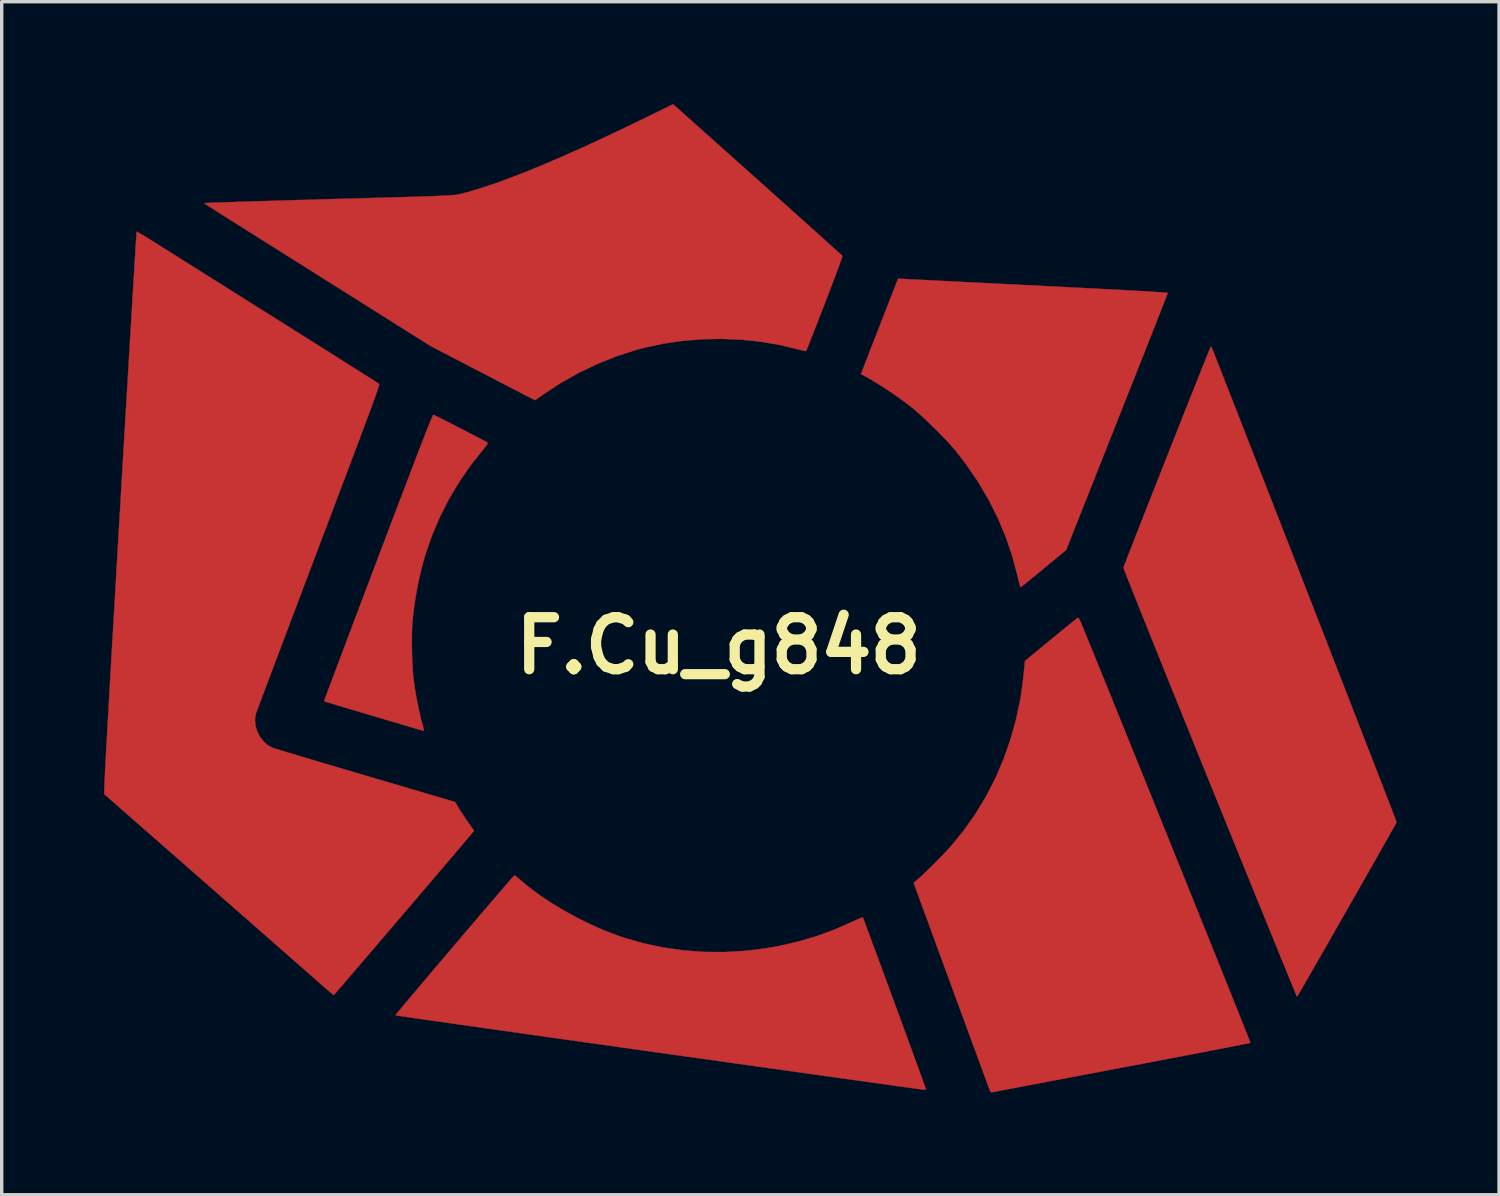
<source format=kicad_pcb>
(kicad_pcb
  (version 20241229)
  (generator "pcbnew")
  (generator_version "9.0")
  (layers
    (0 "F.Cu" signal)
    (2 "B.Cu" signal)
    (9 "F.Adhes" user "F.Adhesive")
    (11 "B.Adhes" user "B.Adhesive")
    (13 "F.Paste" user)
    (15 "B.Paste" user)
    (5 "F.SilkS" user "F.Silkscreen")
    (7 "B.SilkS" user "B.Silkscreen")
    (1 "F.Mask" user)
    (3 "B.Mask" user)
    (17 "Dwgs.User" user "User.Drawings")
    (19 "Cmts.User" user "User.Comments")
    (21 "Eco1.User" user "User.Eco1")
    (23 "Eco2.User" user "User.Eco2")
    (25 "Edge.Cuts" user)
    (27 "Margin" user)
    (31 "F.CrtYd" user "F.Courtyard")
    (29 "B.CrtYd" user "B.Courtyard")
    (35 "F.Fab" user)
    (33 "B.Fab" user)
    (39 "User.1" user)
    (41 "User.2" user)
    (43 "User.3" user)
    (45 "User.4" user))
  (footprint "F.Cu_g848"
    (layer "F.Cu")
    (at 18.014 15.876)
    (property "Reference" "F.Cu_g848" (at 0 0 0) (layer "F.SilkS") (effects (font (size 1.524 1.524) (thickness 0.3))))
    (attr through_hole)
    (fp_poly (pts (xy 5.472 -10.747) (xy 5.515 -10.744) (xy 5.599 -10.74) (xy 5.72 -10.734) (xy 5.876 -10.726) (xy 6.066 -10.717) (xy 6.287 -10.706) (xy 6.536 -10.693) (xy 6.811 -10.679) (xy 7.11 -10.664) (xy 7.431 -10.648) (xy 7.771 -10.631) (xy 8.129 -10.613) (xy 8.501 -10.595) (xy 8.886 -10.575) (xy 9.281 -10.556) (xy 9.424 -10.548) (xy 9.918 -10.524) (xy 10.38 -10.5) (xy 10.809 -10.478) (xy 11.206 -10.457) (xy 11.568 -10.438) (xy 11.896 -10.421) (xy 12.188 -10.405) (xy 12.444 -10.39) (xy 12.662 -10.377) (xy 12.842 -10.366) (xy 12.984 -10.357) (xy 13.085 -10.349) (xy 13.146 -10.344) (xy 13.165 -10.34) (xy 13.157 -10.318) (xy 13.135 -10.259) (xy 13.098 -10.165) (xy 13.048 -10.037) (xy 12.985 -9.877) (xy 12.911 -9.688) (xy 12.825 -9.47) (xy 12.73 -9.227) (xy 12.624 -8.96) (xy 12.51 -8.671) (xy 12.388 -8.361) (xy 12.258 -8.034) (xy 12.122 -7.69) (xy 11.98 -7.332) (xy 11.833 -6.961) (xy 11.682 -6.58) (xy 11.675 -6.562) (xy 10.186 -2.805) (xy 9.526 -2.26) (xy 9.383 -2.141) (xy 9.249 -2.032) (xy 9.129 -1.934) (xy 9.026 -1.85) (xy 8.943 -1.784) (xy 8.885 -1.739) (xy 8.855 -1.716) (xy 8.851 -1.714) (xy 8.841 -1.734) (xy 8.825 -1.788) (xy 8.803 -1.869) (xy 8.779 -1.969) (xy 8.766 -2.026) (xy 8.614 -2.606) (xy 8.422 -3.174) (xy 8.189 -3.73) (xy 7.917 -4.273) (xy 7.605 -4.802) (xy 7.254 -5.316) (xy 6.955 -5.704) (xy 6.852 -5.826) (xy 6.722 -5.968) (xy 6.574 -6.125) (xy 6.413 -6.289) (xy 6.245 -6.454) (xy 6.079 -6.614) (xy 5.919 -6.762) (xy 5.774 -6.891) (xy 5.652 -6.993) (xy 5.485 -7.121) (xy 5.295 -7.259) (xy 5.091 -7.401) (xy 4.885 -7.539) (xy 4.685 -7.667) (xy 4.502 -7.778) (xy 4.41 -7.831) (xy 4.173 -7.962) (xy 4.219 -8.083) (xy 4.235 -8.124) (xy 4.264 -8.2) (xy 4.306 -8.309) (xy 4.36 -8.445) (xy 4.422 -8.607) (xy 4.493 -8.789) (xy 4.571 -8.989) (xy 4.654 -9.201) (xy 4.74 -9.424) (xy 4.763 -9.481) (xy 5.26 -10.757) (xy 5.472 -10.747)) (stroke (width 0.01) (type solid)) (fill yes) (layer "F.Cu"))
    (fp_poly (pts (xy -8.336 -6.758) (xy -8.278 -6.73) (xy -8.193 -6.688) (xy -8.085 -6.633) (xy -7.959 -6.569) (xy -7.819 -6.498) (xy -7.672 -6.422) (xy -7.52 -6.345) (xy -7.371 -6.267) (xy -7.227 -6.193) (xy -7.094 -6.124) (xy -6.978 -6.062) (xy -6.882 -6.012) (xy -6.812 -5.974) (xy -6.772 -5.951) (xy -6.766 -5.947) (xy -6.772 -5.926) (xy -6.801 -5.879) (xy -6.849 -5.814) (xy -6.911 -5.738) (xy -6.916 -5.733) (xy -7.271 -5.285) (xy -7.599 -4.81) (xy -7.896 -4.312) (xy -8.16 -3.796) (xy -8.387 -3.268) (xy -8.577 -2.732) (xy -8.636 -2.536) (xy -8.725 -2.196) (xy -8.806 -1.835) (xy -8.875 -1.467) (xy -8.93 -1.104) (xy -8.97 -0.763) (xy -8.976 -0.688) (xy -8.985 -0.528) (xy -8.991 -0.336) (xy -8.992 -0.124) (xy -8.99 0.1) (xy -8.985 0.326) (xy -8.976 0.543) (xy -8.965 0.743) (xy -8.95 0.913) (xy -8.944 0.974) (xy -8.903 1.262) (xy -8.85 1.568) (xy -8.788 1.875) (xy -8.72 2.17) (xy -8.648 2.438) (xy -8.645 2.45) (xy -8.641 2.485) (xy -8.649 2.495) (xy -8.672 2.489) (xy -8.732 2.471) (xy -8.827 2.444) (xy -8.952 2.407) (xy -9.104 2.362) (xy -9.281 2.31) (xy -9.478 2.252) (xy -9.693 2.188) (xy -9.923 2.12) (xy -10.113 2.064) (xy -10.352 1.993) (xy -10.578 1.926) (xy -10.789 1.863) (xy -10.981 1.805) (xy -11.152 1.754) (xy -11.297 1.71) (xy -11.415 1.675) (xy -11.501 1.648) (xy -11.552 1.632) (xy -11.565 1.627) (xy -11.558 1.607) (xy -11.537 1.549) (xy -11.503 1.455) (xy -11.455 1.327) (xy -11.395 1.167) (xy -11.323 0.976) (xy -11.241 0.756) (xy -11.148 0.51) (xy -11.046 0.239) (xy -10.935 -0.056) (xy -10.816 -0.371) (xy -10.69 -0.707) (xy -10.556 -1.06) (xy -10.417 -1.428) (xy -10.272 -1.811) (xy -10.123 -2.206) (xy -9.982 -2.577) (xy -9.791 -3.083) (xy -9.614 -3.549) (xy -9.451 -3.979) (xy -9.301 -4.372) (xy -9.164 -4.731) (xy -9.04 -5.056) (xy -8.928 -5.348) (xy -8.828 -5.61) (xy -8.739 -5.841) (xy -8.661 -6.043) (xy -8.592 -6.218) (xy -8.534 -6.366) (xy -8.485 -6.489) (xy -8.444 -6.588) (xy -8.412 -6.664) (xy -8.388 -6.719) (xy -8.372 -6.753) (xy -8.362 -6.768) (xy -8.36 -6.768) (xy -8.336 -6.758)) (stroke (width 0.01) (type solid)) (fill yes) (layer "F.Cu"))
    (fp_poly (pts (xy 10.553 -0.805) (xy 10.584 -0.755) (xy 10.602 -0.715) (xy 10.652 -0.597) (xy 10.714 -0.445) (xy 10.788 -0.263) (xy 10.874 -0.052) (xy 10.972 0.186) (xy 11.079 0.449) (xy 11.195 0.736) (xy 11.321 1.044) (xy 11.454 1.373) (xy 11.594 1.719) (xy 11.741 2.082) (xy 11.894 2.46) (xy 12.052 2.85) (xy 12.214 3.251) (xy 12.38 3.661) (xy 12.549 4.079) (xy 12.72 4.502) (xy 12.892 4.928) (xy 13.065 5.357) (xy 13.238 5.786) (xy 13.41 6.213) (xy 13.581 6.637) (xy 13.75 7.055) (xy 13.916 7.467) (xy 14.078 7.869) (xy 14.236 8.261) (xy 14.388 8.641) (xy 14.535 9.006) (xy 14.676 9.355) (xy 14.809 9.687) (xy 14.934 9.999) (xy 15.05 10.289) (xy 15.157 10.556) (xy 15.254 10.798) (xy 15.34 11.013) (xy 15.414 11.2) (xy 15.476 11.356) (xy 15.525 11.48) (xy 15.56 11.57) (xy 15.581 11.624) (xy 15.586 11.641) (xy 15.564 11.646) (xy 15.502 11.659) (xy 15.403 11.679) (xy 15.268 11.706) (xy 15.1 11.739) (xy 14.901 11.778) (xy 14.673 11.822) (xy 14.419 11.871) (xy 14.139 11.925) (xy 13.836 11.983) (xy 13.513 12.045) (xy 13.172 12.11) (xy 12.814 12.178) (xy 12.442 12.249) (xy 12.057 12.322) (xy 11.853 12.36) (xy 11.462 12.434) (xy 11.082 12.506) (xy 10.714 12.576) (xy 10.361 12.643) (xy 10.024 12.707) (xy 9.707 12.767) (xy 9.411 12.823) (xy 9.139 12.875) (xy 8.892 12.922) (xy 8.673 12.963) (xy 8.484 12.999) (xy 8.326 13.029) (xy 8.203 13.053) (xy 8.116 13.07) (xy 8.067 13.079) (xy 8.058 13.081) (xy 8.004 13.089) (xy 7.975 13.081) (xy 7.957 13.053) (xy 7.948 13.028) (xy 7.924 12.966) (xy 7.888 12.868) (xy 7.84 12.737) (xy 7.78 12.575) (xy 7.71 12.385) (xy 7.63 12.168) (xy 7.542 11.926) (xy 7.445 11.663) (xy 7.341 11.379) (xy 7.23 11.078) (xy 7.114 10.761) (xy 6.992 10.431) (xy 6.867 10.09) (xy 6.827 9.98) (xy 5.717 6.953) (xy 5.838 6.849) (xy 5.933 6.763) (xy 6.049 6.653) (xy 6.18 6.527) (xy 6.318 6.39) (xy 6.457 6.251) (xy 6.588 6.116) (xy 6.705 5.992) (xy 6.8 5.887) (xy 6.803 5.884) (xy 7.174 5.432) (xy 7.514 4.952) (xy 7.822 4.447) (xy 8.095 3.92) (xy 8.334 3.371) (xy 8.537 2.803) (xy 8.704 2.218) (xy 8.834 1.618) (xy 8.835 1.609) (xy 8.869 1.407) (xy 8.901 1.174) (xy 8.932 0.921) (xy 8.959 0.66) (xy 8.965 0.589) (xy 8.978 0.448) (xy 9.739 -0.179) (xy 9.895 -0.307) (xy 10.041 -0.426) (xy 10.174 -0.535) (xy 10.29 -0.629) (xy 10.388 -0.708) (xy 10.462 -0.767) (xy 10.51 -0.804) (xy 10.528 -0.817) (xy 10.553 -0.805)) (stroke (width 0.01) (type solid)) (fill yes) (layer "F.Cu"))
    (fp_poly (pts (xy -5.964 6.744) (xy -5.921 6.776) (xy -5.88 6.811) (xy -5.594 7.053) (xy -5.272 7.294) (xy -4.921 7.53) (xy -4.547 7.756) (xy -4.158 7.97) (xy -3.76 8.167) (xy -3.36 8.344) (xy -2.963 8.496) (xy -2.783 8.558) (xy -2.212 8.722) (xy -1.628 8.846) (xy -1.033 8.931) (xy -0.431 8.976) (xy 0.176 8.981) (xy 0.786 8.945) (xy 1.397 8.869) (xy 1.812 8.794) (xy 2.352 8.669) (xy 2.872 8.514) (xy 3.382 8.327) (xy 3.893 8.104) (xy 3.942 8.081) (xy 4.04 8.035) (xy 4.124 7.999) (xy 4.187 7.975) (xy 4.222 7.965) (xy 4.226 7.965) (xy 4.235 7.986) (xy 4.257 8.044) (xy 4.292 8.136) (xy 4.338 8.259) (xy 4.394 8.411) (xy 4.459 8.587) (xy 4.533 8.786) (xy 4.614 9.004) (xy 4.7 9.239) (xy 4.792 9.487) (xy 4.887 9.747) (xy 4.986 10.014) (xy 5.086 10.286) (xy 5.186 10.56) (xy 5.287 10.834) (xy 5.386 11.103) (xy 5.482 11.366) (xy 5.575 11.62) (xy 5.663 11.861) (xy 5.746 12.087) (xy 5.821 12.294) (xy 5.889 12.481) (xy 5.948 12.643) (xy 5.997 12.779) (xy 6.035 12.885) (xy 6.061 12.958) (xy 6.074 12.995) (xy 6.075 12.999) (xy 6.057 13.012) (xy 6.017 13.015) (xy 5.992 13.012) (xy 5.926 13.003) (xy 5.822 12.989) (xy 5.68 12.969) (xy 5.502 12.945) (xy 5.289 12.915) (xy 5.044 12.881) (xy 4.767 12.842) (xy 4.46 12.799) (xy 4.124 12.753) (xy 3.761 12.702) (xy 3.372 12.648) (xy 2.959 12.59) (xy 2.524 12.529) (xy 2.067 12.465) (xy 1.591 12.398) (xy 1.096 12.329) (xy 0.584 12.257) (xy 0.058 12.183) (xy -0.483 12.107) (xy -1.036 12.03) (xy -1.6 11.95) (xy -1.751 11.929) (xy -2.317 11.85) (xy -2.872 11.772) (xy -3.415 11.695) (xy -3.945 11.621) (xy -4.459 11.548) (xy -4.957 11.478) (xy -5.437 11.41) (xy -5.897 11.345) (xy -6.336 11.283) (xy -6.753 11.224) (xy -7.146 11.168) (xy -7.514 11.116) (xy -7.855 11.067) (xy -8.167 11.023) (xy -8.45 10.983) (xy -8.701 10.947) (xy -8.919 10.915) (xy -9.104 10.889) (xy -9.253 10.867) (xy -9.364 10.85) (xy -9.438 10.839) (xy -9.471 10.834) (xy -9.472 10.833) (xy -9.46 10.816) (xy -9.423 10.77) (xy -9.362 10.695) (xy -9.279 10.596) (xy -9.177 10.473) (xy -9.057 10.331) (xy -8.921 10.17) (xy -8.772 9.993) (xy -8.611 9.803) (xy -8.441 9.601) (xy -8.263 9.391) (xy -8.079 9.175) (xy -7.892 8.954) (xy -7.702 8.731) (xy -7.514 8.509) (xy -7.327 8.29) (xy -7.145 8.077) (xy -6.969 7.87) (xy -6.801 7.674) (xy -6.643 7.49) (xy -6.498 7.32) (xy -6.367 7.168) (xy -6.252 7.034) (xy -6.155 6.922) (xy -6.078 6.835) (xy -6.024 6.773) (xy -5.994 6.74) (xy -5.988 6.735) (xy -5.964 6.744)) (stroke (width 0.01) (type solid)) (fill yes) (layer "F.Cu"))
    (fp_poly (pts (xy 1.137 -13.662) (xy 1.414 -13.414) (xy 1.683 -13.174) (xy 1.941 -12.943) (xy 2.187 -12.722) (xy 2.42 -12.513) (xy 2.638 -12.318) (xy 2.838 -12.138) (xy 3.02 -11.975) (xy 3.181 -11.83) (xy 3.321 -11.704) (xy 3.436 -11.6) (xy 3.526 -11.519) (xy 3.588 -11.462) (xy 3.621 -11.431) (xy 3.627 -11.425) (xy 3.622 -11.402) (xy 3.603 -11.342) (xy 3.57 -11.249) (xy 3.526 -11.125) (xy 3.47 -10.975) (xy 3.405 -10.8) (xy 3.331 -10.604) (xy 3.249 -10.39) (xy 3.162 -10.161) (xy 3.069 -9.92) (xy 2.972 -9.67) (xy 2.872 -9.414) (xy 2.77 -9.155) (xy 2.668 -8.896) (xy 2.568 -8.645) (xy 2.543 -8.638) (xy 2.479 -8.648) (xy 2.375 -8.673) (xy 2.343 -8.682) (xy 1.804 -8.813) (xy 1.247 -8.909) (xy 0.677 -8.969) (xy 0.101 -8.993) (xy -0.476 -8.983) (xy -1.049 -8.937) (xy -1.612 -8.855) (xy -2.16 -8.739) (xy -2.421 -8.669) (xy -2.993 -8.483) (xy -3.553 -8.259) (xy -4.098 -7.999) (xy -4.622 -7.704) (xy -5.121 -7.378) (xy -5.185 -7.333) (xy -5.261 -7.278) (xy -5.325 -7.234) (xy -5.367 -7.205) (xy -5.381 -7.197) (xy -5.4 -7.206) (xy -5.454 -7.234) (xy -5.54 -7.278) (xy -5.655 -7.337) (xy -5.797 -7.41) (xy -5.962 -7.496) (xy -6.147 -7.592) (xy -6.351 -7.697) (xy -6.57 -7.811) (xy -6.801 -7.931) (xy -6.911 -7.988) (xy -8.435 -8.779) (xy -11.695 -10.831) (xy -12.105 -11.089) (xy -12.481 -11.326) (xy -12.824 -11.542) (xy -13.136 -11.738) (xy -13.418 -11.915) (xy -13.672 -12.075) (xy -13.898 -12.218) (xy -14.099 -12.345) (xy -14.277 -12.456) (xy -14.431 -12.554) (xy -14.565 -12.639) (xy -14.68 -12.711) (xy -14.776 -12.772) (xy -14.855 -12.823) (xy -14.92 -12.864) (xy -14.971 -12.897) (xy -15.01 -12.923) (xy -15.038 -12.942) (xy -15.058 -12.955) (xy -15.069 -12.964) (xy -15.075 -12.969) (xy -15.075 -12.971) (xy -15.073 -12.971) (xy -15.069 -12.971) (xy -15.064 -12.97) (xy -15.061 -12.971) (xy -15.061 -12.971) (xy -15.038 -12.973) (xy -14.973 -12.977) (xy -14.867 -12.982) (xy -14.72 -12.987) (xy -14.534 -12.994) (xy -14.307 -13.001) (xy -14.042 -13.01) (xy -13.738 -13.019) (xy -13.396 -13.03) (xy -13.017 -13.041) (xy -12.601 -13.053) (xy -12.149 -13.067) (xy -11.661 -13.081) (xy -11.137 -13.096) (xy -10.58 -13.111) (xy -9.988 -13.128) (xy -9.44 -13.143) (xy -9.105 -13.153) (xy -8.81 -13.162) (xy -8.554 -13.17) (xy -8.333 -13.178) (xy -8.147 -13.186) (xy -7.993 -13.193) (xy -7.869 -13.2) (xy -7.774 -13.207) (xy -7.704 -13.214) (xy -7.667 -13.219) (xy -7.549 -13.245) (xy -7.399 -13.283) (xy -7.222 -13.334) (xy -7.027 -13.393) (xy -6.819 -13.46) (xy -6.606 -13.531) (xy -6.424 -13.595) (xy -5.993 -13.756) (xy -5.538 -13.934) (xy -5.057 -14.133) (xy -4.55 -14.351) (xy -4.014 -14.59) (xy -3.447 -14.85) (xy -2.85 -15.133) (xy -2.218 -15.438) (xy -2.091 -15.5) (xy -1.335 -15.871) (xy 1.137 -13.662)) (stroke (width 0.01) (type solid)) (fill yes) (layer "F.Cu"))
    (fp_poly (pts (xy 14.452 -8.739) (xy 14.476 -8.68) (xy 14.514 -8.585) (xy 14.565 -8.455) (xy 14.629 -8.293) (xy 14.705 -8.1) (xy 14.792 -7.878) (xy 14.889 -7.628) (xy 14.997 -7.353) (xy 15.114 -7.054) (xy 15.24 -6.733) (xy 15.373 -6.391) (xy 15.514 -6.03) (xy 15.662 -5.653) (xy 15.815 -5.26) (xy 15.974 -4.853) (xy 16.137 -4.435) (xy 16.304 -4.006) (xy 16.475 -3.569) (xy 16.648 -3.125) (xy 16.823 -2.676) (xy 16.999 -2.223) (xy 17.176 -1.769) (xy 17.353 -1.315) (xy 17.529 -0.863) (xy 17.704 -0.414) (xy 17.877 0.029) (xy 18.046 0.465) (xy 18.213 0.893) (xy 18.375 1.31) (xy 18.533 1.716) (xy 18.685 2.107) (xy 18.831 2.483) (xy 18.97 2.842) (xy 19.102 3.181) (xy 19.226 3.5) (xy 19.341 3.797) (xy 19.447 4.069) (xy 19.542 4.316) (xy 19.627 4.535) (xy 19.7 4.724) (xy 19.761 4.883) (xy 19.81 5.009) (xy 19.845 5.101) (xy 19.865 5.156) (xy 19.871 5.174) (xy 19.86 5.196) (xy 19.829 5.253) (xy 19.78 5.34) (xy 19.715 5.457) (xy 19.635 5.6) (xy 19.54 5.766) (xy 19.434 5.954) (xy 19.317 6.161) (xy 19.191 6.383) (xy 19.056 6.619) (xy 18.916 6.867) (xy 18.77 7.122) (xy 18.621 7.384) (xy 18.471 7.648) (xy 18.319 7.914) (xy 18.168 8.178) (xy 18.02 8.437) (xy 17.876 8.69) (xy 17.737 8.933) (xy 17.604 9.164) (xy 17.48 9.381) (xy 17.365 9.58) (xy 17.262 9.76) (xy 17.171 9.918) (xy 17.094 10.051) (xy 17.032 10.157) (xy 16.987 10.233) (xy 16.961 10.277) (xy 16.954 10.287) (xy 16.945 10.268) (xy 16.921 10.21) (xy 16.882 10.117) (xy 16.829 9.989) (xy 16.763 9.827) (xy 16.683 9.634) (xy 16.592 9.41) (xy 16.488 9.157) (xy 16.374 8.877) (xy 16.249 8.57) (xy 16.114 8.239) (xy 15.97 7.885) (xy 15.817 7.51) (xy 15.656 7.114) (xy 15.488 6.7) (xy 15.312 6.268) (xy 15.131 5.821) (xy 14.943 5.36) (xy 14.751 4.886) (xy 14.554 4.4) (xy 14.402 4.027) (xy 14.202 3.533) (xy 14.006 3.05) (xy 13.815 2.577) (xy 13.63 2.118) (xy 13.45 1.673) (xy 13.276 1.244) (xy 13.11 0.832) (xy 12.952 0.438) (xy 12.802 0.066) (xy 12.66 -0.286) (xy 12.529 -0.613) (xy 12.407 -0.917) (xy 12.297 -1.193) (xy 12.197 -1.443) (xy 12.109 -1.663) (xy 12.034 -1.852) (xy 11.972 -2.009) (xy 11.924 -2.132) (xy 11.89 -2.221) (xy 11.871 -2.272) (xy 11.867 -2.286) (xy 11.875 -2.31) (xy 11.898 -2.37) (xy 11.934 -2.465) (xy 11.982 -2.591) (xy 12.043 -2.747) (xy 12.114 -2.929) (xy 12.195 -3.136) (xy 12.284 -3.364) (xy 12.381 -3.611) (xy 12.484 -3.874) (xy 12.593 -4.152) (xy 12.707 -4.441) (xy 12.825 -4.739) (xy 12.945 -5.043) (xy 13.067 -5.352) (xy 13.189 -5.662) (xy 13.311 -5.97) (xy 13.432 -6.275) (xy 13.55 -6.574) (xy 13.665 -6.864) (xy 13.776 -7.143) (xy 13.881 -7.408) (xy 13.98 -7.657) (xy 14.072 -7.887) (xy 14.155 -8.096) (xy 14.229 -8.281) (xy 14.293 -8.439) (xy 14.345 -8.569) (xy 14.385 -8.667) (xy 14.412 -8.731) (xy 14.424 -8.759) (xy 14.425 -8.759) (xy 14.442 -8.761) (xy 14.452 -8.739)) (stroke (width 0.01) (type solid)) (fill yes) (layer "F.Cu"))
    (fp_poly (pts (xy -17.039 -12.129) (xy -16.988 -12.1) (xy -16.911 -12.054) (xy -16.811 -11.994) (xy -16.694 -11.921) (xy -16.563 -11.84) (xy -16.52 -11.813) (xy -16.444 -11.765) (xy -16.334 -11.695) (xy -16.192 -11.606) (xy -16.022 -11.499) (xy -15.825 -11.375) (xy -15.604 -11.236) (xy -15.36 -11.083) (xy -15.098 -10.917) (xy -14.817 -10.741) (xy -14.522 -10.556) (xy -14.214 -10.362) (xy -13.896 -10.162) (xy -13.57 -9.956) (xy -13.238 -9.748) (xy -12.986 -9.589) (xy -12.66 -9.384) (xy -12.344 -9.185) (xy -12.039 -8.993) (xy -11.747 -8.809) (xy -11.47 -8.635) (xy -11.211 -8.471) (xy -10.97 -8.319) (xy -10.751 -8.181) (xy -10.553 -8.056) (xy -10.381 -7.947) (xy -10.234 -7.854) (xy -10.117 -7.779) (xy -10.029 -7.723) (xy -9.973 -7.687) (xy -9.951 -7.672) (xy -9.951 -7.672) (xy -9.95 -7.664) (xy -9.953 -7.646) (xy -9.96 -7.615) (xy -9.974 -7.571) (xy -9.993 -7.513) (xy -10.018 -7.439) (xy -10.05 -7.347) (xy -10.09 -7.236) (xy -10.137 -7.105) (xy -10.193 -6.953) (xy -10.258 -6.777) (xy -10.332 -6.578) (xy -10.416 -6.353) (xy -10.51 -6.1) (xy -10.616 -5.82) (xy -10.733 -5.509) (xy -10.861 -5.168) (xy -11.003 -4.794) (xy -11.157 -4.386) (xy -11.324 -3.942) (xy -11.506 -3.463) (xy -11.702 -2.945) (xy -11.732 -2.865) (xy -11.896 -2.431) (xy -12.057 -2.008) (xy -12.212 -1.596) (xy -12.363 -1.198) (xy -12.508 -0.814) (xy -12.646 -0.448) (xy -12.778 -0.1) (xy -12.901 0.228) (xy -13.016 0.533) (xy -13.122 0.815) (xy -13.219 1.071) (xy -13.305 1.299) (xy -13.38 1.499) (xy -13.443 1.668) (xy -13.494 1.804) (xy -13.532 1.906) (xy -13.556 1.972) (xy -13.566 2) (xy -13.566 2) (xy -13.59 2.166) (xy -13.577 2.336) (xy -13.529 2.503) (xy -13.452 2.659) (xy -13.347 2.798) (xy -13.218 2.913) (xy -13.092 2.986) (xy -13.06 2.997) (xy -12.991 3.019) (xy -12.887 3.051) (xy -12.75 3.093) (xy -12.583 3.144) (xy -12.389 3.202) (xy -12.17 3.268) (xy -11.93 3.34) (xy -11.67 3.417) (xy -11.394 3.499) (xy -11.103 3.585) (xy -10.802 3.674) (xy -10.7 3.704) (xy -10.389 3.796) (xy -10.086 3.885) (xy -9.791 3.972) (xy -9.509 4.055) (xy -9.242 4.134) (xy -8.995 4.207) (xy -8.768 4.274) (xy -8.567 4.333) (xy -8.393 4.384) (xy -8.25 4.426) (xy -8.141 4.459) (xy -8.069 4.48) (xy -8.06 4.482) (xy -7.727 4.581) (xy -7.617 4.762) (xy -7.561 4.852) (xy -7.489 4.962) (xy -7.412 5.078) (xy -7.339 5.183) (xy -7.171 5.423) (xy -7.21 5.475) (xy -7.232 5.501) (xy -7.279 5.557) (xy -7.349 5.64) (xy -7.441 5.748) (xy -7.552 5.879) (xy -7.68 6.031) (xy -7.825 6.201) (xy -7.984 6.387) (xy -8.155 6.588) (xy -8.336 6.8) (xy -8.525 7.022) (xy -8.721 7.252) (xy -8.922 7.488) (xy -9.126 7.727) (xy -9.331 7.967) (xy -9.535 8.206) (xy -9.737 8.441) (xy -9.934 8.672) (xy -10.125 8.895) (xy -10.307 9.109) (xy -10.48 9.31) (xy -10.641 9.498) (xy -10.788 9.67) (xy -10.919 9.823) (xy -11.033 9.956) (xy -11.128 10.066) (xy -11.202 10.151) (xy -11.253 10.21) (xy -11.279 10.239) (xy -11.282 10.242) (xy -11.299 10.229) (xy -11.345 10.19) (xy -11.417 10.13) (xy -11.51 10.049) (xy -11.621 9.953) (xy -11.748 9.842) (xy -11.886 9.721) (xy -11.971 9.646) (xy -12.064 9.565) (xy -12.185 9.458) (xy -12.335 9.327) (xy -12.509 9.174) (xy -12.706 9.001) (xy -12.923 8.81) (xy -13.159 8.603) (xy -13.411 8.382) (xy -13.677 8.149) (xy -13.954 7.906) (xy -14.241 7.654) (xy -14.534 7.397) (xy -14.833 7.135) (xy -15.134 6.871) (xy -15.316 6.712) (xy -15.605 6.458) (xy -15.885 6.212) (xy -16.156 5.975) (xy -16.415 5.748) (xy -16.66 5.533) (xy -16.89 5.331) (xy -17.104 5.144) (xy -17.299 4.973) (xy -17.474 4.82) (xy -17.627 4.685) (xy -17.756 4.572) (xy -17.861 4.48) (xy -17.938 4.412) (xy -17.987 4.369) (xy -18.006 4.352) (xy -18.007 4.352) (xy -18.008 4.341) (xy -18.009 4.312) (xy -18.008 4.265) (xy -18.006 4.197) (xy -18.003 4.108) (xy -17.998 3.998) (xy -17.992 3.864) (xy -17.984 3.707) (xy -17.975 3.524) (xy -17.964 3.316) (xy -17.952 3.081) (xy -17.937 2.818) (xy -17.921 2.525) (xy -17.903 2.203) (xy -17.883 1.851) (xy -17.861 1.466) (xy -17.838 1.048) (xy -17.812 0.596) (xy -17.784 0.11) (xy -17.753 -0.412) (xy -17.721 -0.972) (xy -17.686 -1.569) (xy -17.649 -2.205) (xy -17.61 -2.881) (xy -17.568 -3.597) (xy -17.55 -3.9) (xy -17.516 -4.487) (xy -17.482 -5.063) (xy -17.449 -5.628) (xy -17.416 -6.178) (xy -17.385 -6.714) (xy -17.354 -7.233) (xy -17.324 -7.734) (xy -17.296 -8.216) (xy -17.269 -8.677) (xy -17.243 -9.115) (xy -17.218 -9.53) (xy -17.195 -9.92) (xy -17.173 -10.283) (xy -17.153 -10.618) (xy -17.134 -10.924) (xy -17.118 -11.199) (xy -17.103 -11.441) (xy -17.09 -11.65) (xy -17.08 -11.823) (xy -17.071 -11.96) (xy -17.065 -12.059) (xy -17.06 -12.119) (xy -17.059 -12.137) (xy -17.039 -12.129)) (stroke (width 0.01) (type solid)) (fill yes) (layer "F.Cu")))
  (gr_rect
    (start -3 -3)
    (end 40.89 31.97)
    (stroke (width 0.1) (type default))
    (fill no)
    (layer "Edge.Cuts")))
</source>
